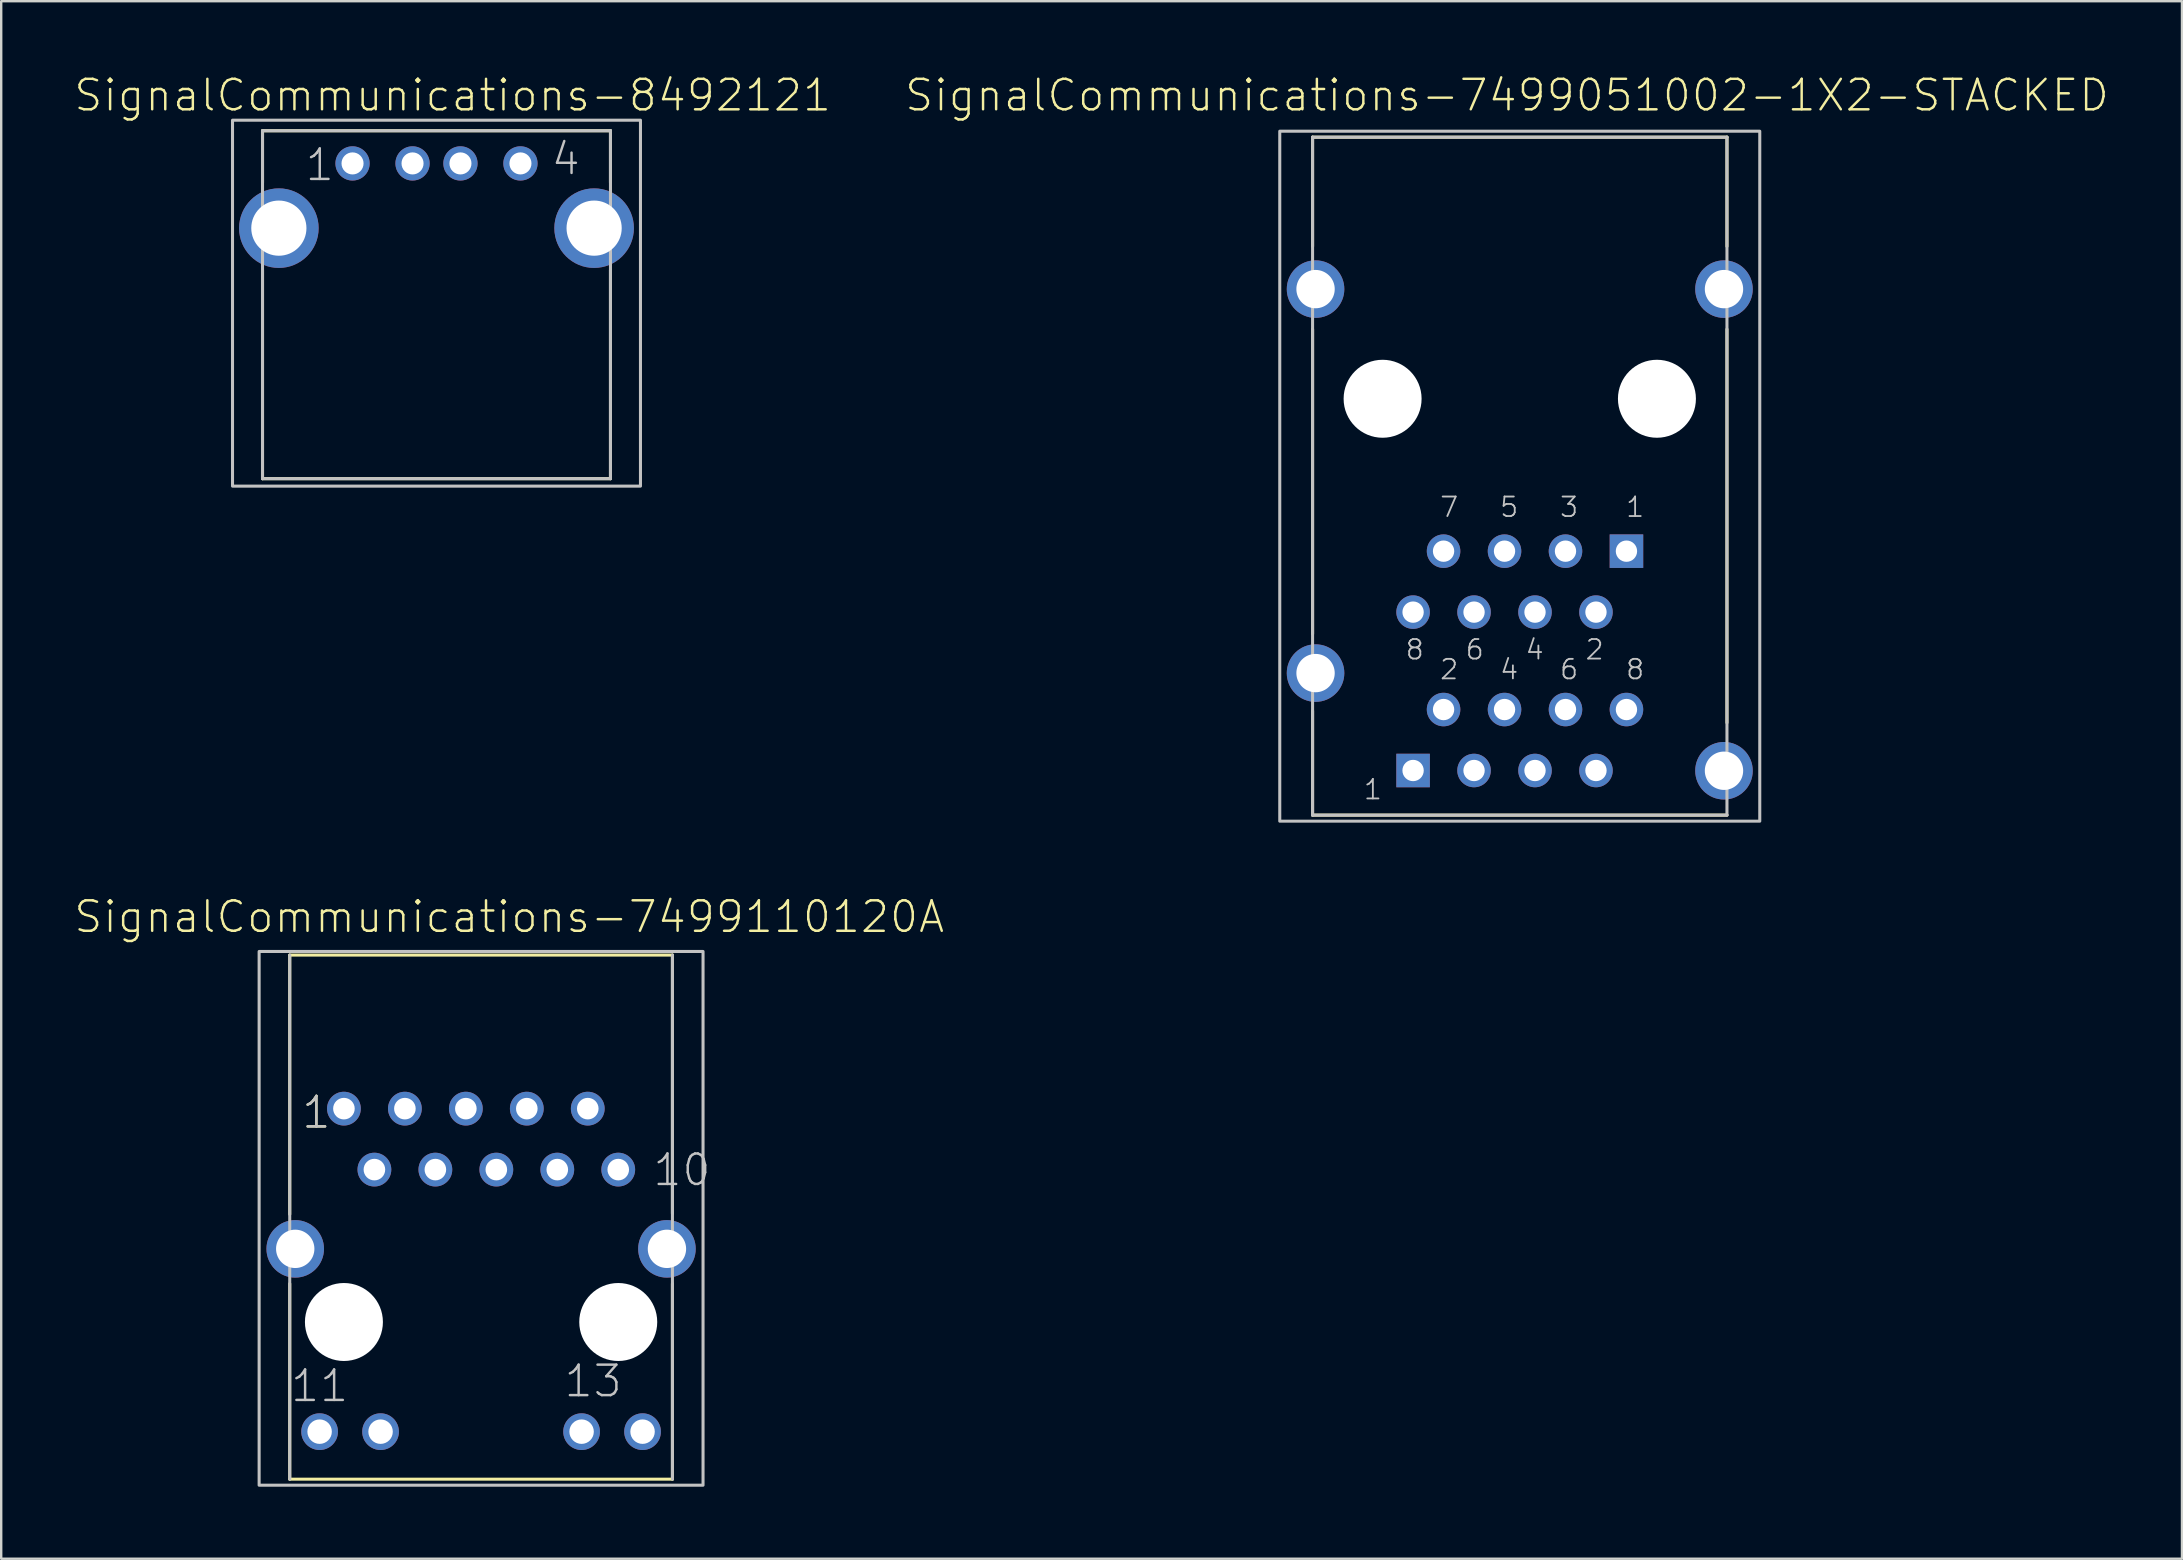
<source format=kicad_pcb>
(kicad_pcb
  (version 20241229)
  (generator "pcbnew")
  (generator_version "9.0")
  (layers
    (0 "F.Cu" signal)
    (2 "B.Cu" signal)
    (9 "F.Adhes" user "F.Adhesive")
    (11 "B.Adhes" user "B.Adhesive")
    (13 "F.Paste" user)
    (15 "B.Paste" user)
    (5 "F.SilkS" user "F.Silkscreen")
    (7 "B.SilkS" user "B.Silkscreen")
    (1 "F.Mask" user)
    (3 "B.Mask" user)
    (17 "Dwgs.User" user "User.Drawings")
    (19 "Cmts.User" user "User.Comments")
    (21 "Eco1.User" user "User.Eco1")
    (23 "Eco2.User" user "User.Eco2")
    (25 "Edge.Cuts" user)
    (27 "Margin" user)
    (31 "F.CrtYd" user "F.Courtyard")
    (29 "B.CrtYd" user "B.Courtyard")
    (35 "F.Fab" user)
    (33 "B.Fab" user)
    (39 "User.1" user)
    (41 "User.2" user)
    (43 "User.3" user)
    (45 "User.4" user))
  (footprint "SignalCommunications-7499051002-1X2-STACKED"
    (layer "F.Cu")
    (at 60.273 13.565)
    (property "Reference" "SignalCommunications-7499051002-1X2-STACKED" (at -0.531 -12.644 180) (layer "F.SilkS") (effects (font (size 1.27 1.27) (thickness 0.102))))
    (attr exclude_from_pos_files exclude_from_bom)
    (fp_line (start -8.633 -10.899) (end 8.633 -10.899) (stroke (width 0.127) (type solid)) (layer "F.SilkS"))
    (fp_line (start -8.633 -6.35) (end -8.633 -10.899) (stroke (width 0.127) (type solid)) (layer "F.SilkS"))
    (fp_line (start -8.633 9.799) (end -8.633 -2.898) (stroke (width 0.127) (type solid)) (layer "F.SilkS"))
    (fp_line (start -8.633 17.348) (end -8.633 13) (stroke (width 0.127) (type solid)) (layer "F.SilkS"))
    (fp_line (start -8.633 17.348) (end 8.633 17.348) (stroke (width 0.127) (type solid)) (layer "F.SilkS"))
    (fp_line (start 8.633 -6.35) (end 8.633 -10.899) (stroke (width 0.127) (type solid)) (layer "F.SilkS"))
    (fp_line (start 8.633 13.498) (end 8.633 -2.898) (stroke (width 0.127) (type solid)) (layer "F.SilkS"))
    (fp_line (start -8.633 -10.899) (end -8.633 17.348) (stroke (width 0.127) (type solid)) (layer "Dwgs.User"))
    (fp_line (start -8.633 -10.899) (end 8.633 -10.899) (stroke (width 0.127) (type solid)) (layer "Dwgs.User"))
    (fp_line (start -8.633 17.348) (end 8.633 17.348) (stroke (width 0.127) (type solid)) (layer "Dwgs.User"))
    (fp_line (start 8.633 17.348) (end 8.633 -10.899) (stroke (width 0.127) (type solid)) (layer "Dwgs.User"))
    (fp_poly (pts (xy -10 -11.148) (xy 10 -11.148) (xy 10 17.6) (xy -10 17.6) (xy -10 -11.148)) (stroke (width 0.127) (type solid)) (fill no) (layer "Dwgs.User"))
    (fp_text user "6" (at 2.055 11.278 180) (layer "Dwgs.User") (effects (font (size 0.813 0.813) (thickness 0.076))))
    (fp_text user "5" (at -0.442 4.514 180) (layer "Dwgs.User") (effects (font (size 0.813 0.813) (thickness 0.076))))
    (fp_text user "3" (at 2.055 4.514 180) (layer "Dwgs.User") (effects (font (size 0.813 0.813) (thickness 0.076))))
    (fp_text user "1" (at -6.121 16.281 0) (layer "Dwgs.User") (effects (font (size 0.813 0.813) (thickness 0.076))))
    (fp_text user "6" (at -1.877 10.452 180) (layer "Dwgs.User") (effects (font (size 0.813 0.813) (thickness 0.076))))
    (fp_text user "4" (at -0.442 11.278 180) (layer "Dwgs.User") (effects (font (size 0.813 0.813) (thickness 0.076))))
    (fp_text user "2" (at 3.119 10.452 180) (layer "Dwgs.User") (effects (font (size 0.813 0.813) (thickness 0.076))))
    (fp_text user "8" (at -4.376 10.452 180) (layer "Dwgs.User") (effects (font (size 0.813 0.813) (thickness 0.076))))
    (fp_text user "7" (at -2.941 4.514 180) (layer "Dwgs.User") (effects (font (size 0.813 0.813) (thickness 0.076))))
    (fp_text user "4" (at 0.62 10.452 180) (layer "Dwgs.User") (effects (font (size 0.813 0.813) (thickness 0.076))))
    (fp_text user "8" (at 4.806 11.278 180) (layer "Dwgs.User") (effects (font (size 0.813 0.813) (thickness 0.076))))
    (fp_text user "1" (at 4.806 4.514 180) (layer "Dwgs.User") (effects (font (size 0.813 0.813) (thickness 0.076))))
    (fp_text user "2" (at -2.941 11.278 180) (layer "Dwgs.User") (effects (font (size 0.813 0.813) (thickness 0.076))))
    (pad "" np_thru_hole circle (at -5.715 0) (size 3.249 3.249) (drill 3.249) (layers "*.Cu" "*.Mask"))
    (pad "" np_thru_hole circle (at 5.715 0) (size 3.249 3.249) (drill 3.249) (layers "*.Cu" "*.Mask"))
    (pad "A1" thru_hole rect (at 4.445 6.35) (size 1.397 1.397) (drill 0.889) (layers "*.Cu" "*.Paste" "*.Mask"))
    (pad "A2" thru_hole circle (at 3.175 8.89) (size 1.397 1.397) (drill 0.889) (layers "*.Cu" "*.Paste" "*.Mask"))
    (pad "A3" thru_hole circle (at 1.905 6.35) (size 1.397 1.397) (drill 0.889) (layers "*.Cu" "*.Paste" "*.Mask"))
    (pad "A4" thru_hole circle (at 0.635 8.89) (size 1.397 1.397) (drill 0.889) (layers "*.Cu" "*.Paste" "*.Mask"))
    (pad "A5" thru_hole circle (at -0.635 6.35) (size 1.397 1.397) (drill 0.889) (layers "*.Cu" "*.Paste" "*.Mask"))
    (pad "A6" thru_hole circle (at -1.905 8.89) (size 1.397 1.397) (drill 0.889) (layers "*.Cu" "*.Paste" "*.Mask"))
    (pad "A7" thru_hole circle (at -3.175 6.35) (size 1.397 1.397) (drill 0.889) (layers "*.Cu" "*.Paste" "*.Mask"))
    (pad "A8" thru_hole circle (at -4.445 8.89) (size 1.397 1.397) (drill 0.889) (layers "*.Cu" "*.Paste" "*.Mask"))
    (pad "B1" thru_hole rect (at -4.445 15.489) (size 1.397 1.397) (drill 0.889) (layers "*.Cu" "*.Paste" "*.Mask"))
    (pad "B2" thru_hole circle (at -3.175 12.949) (size 1.397 1.397) (drill 0.889) (layers "*.Cu" "*.Paste" "*.Mask"))
    (pad "B3" thru_hole circle (at -1.905 15.489) (size 1.397 1.397) (drill 0.889) (layers "*.Cu" "*.Paste" "*.Mask"))
    (pad "B4" thru_hole circle (at -0.635 12.949) (size 1.397 1.397) (drill 0.889) (layers "*.Cu" "*.Paste" "*.Mask"))
    (pad "B5" thru_hole circle (at 0.635 15.489) (size 1.397 1.397) (drill 0.889) (layers "*.Cu" "*.Paste" "*.Mask"))
    (pad "B6" thru_hole circle (at 1.905 12.949) (size 1.397 1.397) (drill 0.889) (layers "*.Cu" "*.Paste" "*.Mask"))
    (pad "B7" thru_hole circle (at 3.175 15.489) (size 1.397 1.397) (drill 0.889) (layers "*.Cu" "*.Paste" "*.Mask"))
    (pad "B8" thru_hole circle (at 4.445 12.949) (size 1.397 1.397) (drill 0.889) (layers "*.Cu" "*.Paste" "*.Mask"))
    (pad "Z1" thru_hole circle (at -8.509 -4.569) (size 2.398 2.398) (drill 1.598) (layers "*.Cu" "*.Paste" "*.Mask"))
    (pad "Z2" thru_hole circle (at 8.509 -4.569) (size 2.398 2.398) (drill 1.598) (layers "*.Cu" "*.Paste" "*.Mask"))
    (pad "Z3" thru_hole circle (at -8.509 11.43) (size 2.398 2.398) (drill 1.598) (layers "*.Cu" "*.Paste" "*.Mask"))
    (pad "Z4" thru_hole circle (at 8.509 15.499) (size 2.398 2.398) (drill 1.598) (layers "*.Cu" "*.Paste" "*.Mask")))
  (footprint "SignalCommunications-7499110120A"
    (layer "F.Cu")
    (at 16.995 52.033)
    (property "Reference" "SignalCommunications-7499110120A" (at 1.173 -16.883 0) (layer "F.SilkS") (effects (font (size 1.27 1.27) (thickness 0.102))))
    (attr exclude_from_pos_files exclude_from_bom)
    (fp_line (start -7.973 -15.288) (end 7.973 -15.288) (stroke (width 0.127) (type solid)) (layer "F.SilkS"))
    (fp_line (start -7.973 -4.488) (end -7.973 -15.288) (stroke (width 0.127) (type solid)) (layer "F.SilkS"))
    (fp_line (start -7.973 -1.598) (end -7.973 6.548) (stroke (width 0.127) (type solid)) (layer "F.SilkS"))
    (fp_line (start 7.973 -4.519) (end 7.973 -15.288) (stroke (width 0.127) (type solid)) (layer "F.SilkS"))
    (fp_line (start 7.973 -1.598) (end 7.973 6.548) (stroke (width 0.127) (type solid)) (layer "F.SilkS"))
    (fp_line (start 7.973 6.548) (end -7.973 6.548) (stroke (width 0.127) (type solid)) (layer "F.SilkS"))
    (fp_line (start -7.973 6.548) (end -7.973 -15.288) (stroke (width 0.127) (type solid)) (layer "Dwgs.User"))
    (fp_line (start 7.973 -15.288) (end 7.973 6.548) (stroke (width 0.127) (type solid)) (layer "Dwgs.User"))
    (fp_poly (pts (xy -9.248 -15.438) (xy 9.248 -15.438) (xy 9.248 6.8) (xy -9.248 6.8) (xy -9.248 -15.438)) (stroke (width 0.127) (type solid)) (fill no) (layer "Dwgs.User"))
    (fp_text user "1" (at -6.863 -8.733 0) (layer "F.SilkS") (effects (font (size 1.27 1.27) (thickness 0.102))))
    (fp_text user "11" (at -6.728 2.664 0) (layer "Dwgs.User") (effects (font (size 1.27 1.27) (thickness 0.102))))
    (fp_text user "1" (at -6.863 -8.733 0) (layer "Dwgs.User") (effects (font (size 1.27 1.27) (thickness 0.102))))
    (fp_text user "13" (at 4.669 2.464 0) (layer "Dwgs.User") (effects (font (size 1.27 1.27) (thickness 0.102))))
    (fp_text user "10" (at 8.369 -6.335 0) (layer "Dwgs.User") (effects (font (size 1.27 1.27) (thickness 0.102))))
    (pad "" np_thru_hole circle (at -5.715 0) (size 3.249 3.249) (drill 3.249) (layers "*.Cu" "*.Mask"))
    (pad "" np_thru_hole circle (at 5.715 0) (size 3.249 3.249) (drill 3.249) (layers "*.Cu" "*.Mask"))
    (pad "1" thru_hole circle (at -5.715 -8.89) (size 1.407 1.407) (drill 0.899) (layers "*.Cu" "*.Paste" "*.Mask"))
    (pad "2" thru_hole circle (at -4.445 -6.35) (size 1.407 1.407) (drill 0.899) (layers "*.Cu" "*.Paste" "*.Mask"))
    (pad "3" thru_hole circle (at -3.175 -8.89) (size 1.407 1.407) (drill 0.899) (layers "*.Cu" "*.Paste" "*.Mask"))
    (pad "4" thru_hole circle (at -1.905 -6.35) (size 1.407 1.407) (drill 0.899) (layers "*.Cu" "*.Paste" "*.Mask"))
    (pad "5" thru_hole circle (at -0.635 -8.89) (size 1.407 1.407) (drill 0.899) (layers "*.Cu" "*.Paste" "*.Mask"))
    (pad "6" thru_hole circle (at 0.635 -6.35) (size 1.407 1.407) (drill 0.899) (layers "*.Cu" "*.Paste" "*.Mask"))
    (pad "7" thru_hole circle (at 1.905 -8.89) (size 1.407 1.407) (drill 0.899) (layers "*.Cu" "*.Paste" "*.Mask"))
    (pad "8" thru_hole circle (at 3.175 -6.35) (size 1.407 1.407) (drill 0.899) (layers "*.Cu" "*.Paste" "*.Mask"))
    (pad "9" thru_hole circle (at 4.445 -8.89) (size 1.407 1.407) (drill 0.899) (layers "*.Cu" "*.Paste" "*.Mask"))
    (pad "10" thru_hole circle (at 5.715 -6.35) (size 1.407 1.407) (drill 0.899) (layers "*.Cu" "*.Paste" "*.Mask"))
    (pad "11" thru_hole circle (at -6.728 4.569) (size 1.529 1.529) (drill 1.019) (layers "*.Cu" "*.Paste" "*.Mask"))
    (pad "12" thru_hole circle (at -4.188 4.569) (size 1.529 1.529) (drill 1.019) (layers "*.Cu" "*.Paste" "*.Mask"))
    (pad "13" thru_hole circle (at 4.188 4.569) (size 1.529 1.529) (drill 1.019) (layers "*.Cu" "*.Paste" "*.Mask"))
    (pad "14" thru_hole circle (at 6.728 4.569) (size 1.529 1.529) (drill 1.019) (layers "*.Cu" "*.Paste" "*.Mask"))
    (pad "SHEL" thru_hole circle (at -7.744 -3.048) (size 2.398 2.398) (drill 1.598) (layers "*.Cu" "*.Paste" "*.Mask"))
    (pad "SHEL" thru_hole circle (at 7.744 -3.048) (size 2.398 2.398) (drill 1.598) (layers "*.Cu" "*.Paste" "*.Mask")))
  (footprint "SignalCommunications-8492121"
    (layer "F.Cu")
    (at 15.137 6.456)
    (property "Reference" "SignalCommunications-8492121" (at 0.673 -5.535 0) (layer "F.SilkS") (effects (font (size 1.27 1.27) (thickness 0.102))))
    (attr exclude_from_pos_files exclude_from_bom)
    (fp_line (start -7.249 -4.059) (end 7.249 -4.059) (stroke (width 0.127) (type solid)) (layer "F.SilkS"))
    (fp_line (start -7.249 -1.9) (end -7.249 -4.059) (stroke (width 0.127) (type solid)) (layer "F.SilkS"))
    (fp_line (start -7.249 1.748) (end -7.249 10.439) (stroke (width 0.127) (type solid)) (layer "F.SilkS"))
    (fp_line (start -7.249 10.439) (end 7.249 10.439) (stroke (width 0.127) (type solid)) (layer "F.SilkS"))
    (fp_line (start 7.249 -4.059) (end 7.249 -1.9) (stroke (width 0.127) (type solid)) (layer "F.SilkS"))
    (fp_line (start 7.249 10.439) (end 7.249 1.748) (stroke (width 0.127) (type solid)) (layer "F.SilkS"))
    (fp_line (start -7.249 -4.059) (end -7.249 10.439) (stroke (width 0.127) (type solid)) (layer "Dwgs.User"))
    (fp_line (start -7.249 -4.059) (end 7.249 -4.059) (stroke (width 0.127) (type solid)) (layer "Dwgs.User"))
    (fp_line (start -7.249 10.439) (end 7.249 10.439) (stroke (width 0.127) (type solid)) (layer "Dwgs.User"))
    (fp_line (start 7.249 -4.059) (end 7.249 10.439) (stroke (width 0.127) (type solid)) (layer "Dwgs.User"))
    (fp_poly (pts (xy -8.499 -4.498) (xy 8.499 -4.498) (xy 8.499 10.749) (xy -8.499 10.749) (xy -8.499 -4.498)) (stroke (width 0.127) (type solid)) (fill no) (layer "Dwgs.User"))
    (fp_text user "1" (at -4.864 -2.634 0) (layer "Dwgs.User") (effects (font (size 1.27 1.27) (thickness 0.102))))
    (fp_text user "4" (at 5.385 -2.883 0) (layer "Dwgs.User") (effects (font (size 1.27 1.27) (thickness 0.102))))
    (pad "1" thru_hole circle (at -3.498 -2.697) (size 1.427 1.427) (drill 0.919) (layers "*.Cu" "*.Paste" "*.Mask"))
    (pad "2" thru_hole circle (at -0.998 -2.697) (size 1.427 1.427) (drill 0.919) (layers "*.Cu" "*.Paste" "*.Mask"))
    (pad "3" thru_hole circle (at 0.998 -2.697) (size 1.427 1.427) (drill 0.919) (layers "*.Cu" "*.Paste" "*.Mask"))
    (pad "4" thru_hole circle (at 3.498 -2.697) (size 1.427 1.427) (drill 0.919) (layers "*.Cu" "*.Paste" "*.Mask"))
    (pad "Z1" thru_hole circle (at -6.568 0) (size 3.315 3.315) (drill 2.299) (layers "*.Cu" "*.Paste" "*.Mask"))
    (pad "Z2" thru_hole circle (at 6.568 0) (size 3.315 3.315) (drill 2.299) (layers "*.Cu" "*.Paste" "*.Mask")))
  (gr_rect
    (start -3 -3)
    (end 87.865 61.896)
    (stroke (width 0.1) (type default))
    (fill no)
    (layer "Edge.Cuts")))
</source>
